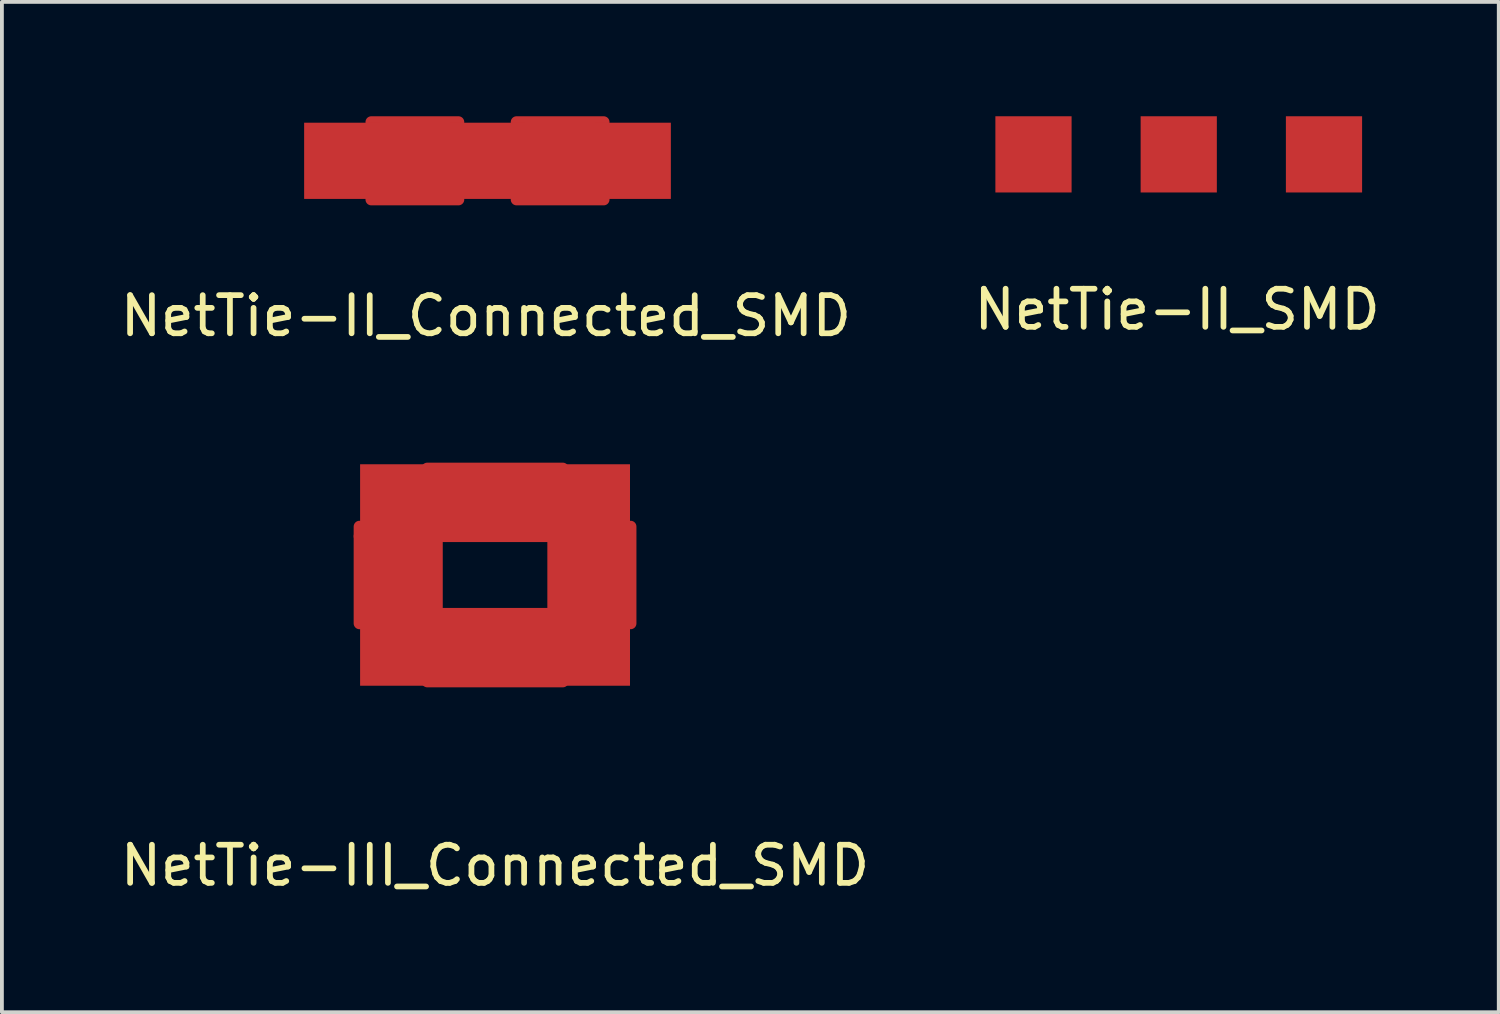
<source format=kicad_pcb>
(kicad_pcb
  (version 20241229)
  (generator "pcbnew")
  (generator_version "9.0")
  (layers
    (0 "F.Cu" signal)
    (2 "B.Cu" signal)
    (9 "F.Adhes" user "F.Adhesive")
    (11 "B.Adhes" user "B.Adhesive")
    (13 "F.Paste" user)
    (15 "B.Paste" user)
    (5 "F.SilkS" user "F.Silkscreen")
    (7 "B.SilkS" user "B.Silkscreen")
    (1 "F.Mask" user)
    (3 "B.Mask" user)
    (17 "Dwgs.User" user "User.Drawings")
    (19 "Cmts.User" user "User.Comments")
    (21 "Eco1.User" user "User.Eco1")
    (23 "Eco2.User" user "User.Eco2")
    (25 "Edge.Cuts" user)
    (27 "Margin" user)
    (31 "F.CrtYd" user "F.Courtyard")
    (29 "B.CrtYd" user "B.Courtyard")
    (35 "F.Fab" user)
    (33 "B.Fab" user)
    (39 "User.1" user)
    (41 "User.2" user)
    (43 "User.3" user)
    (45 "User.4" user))
  (footprint "NetTie-II_Connected_SMD"
    (layer "F.Cu")
    (at 9.737 1.168)
    (property "Reference" "NetTie-II_Connected_SMD" (at -0.041 4.069 0) (layer "F.SilkS") (effects (font (size 1 1) (thickness 0.15))))
    (attr through_hole)
    (fp_line (start -3.048 -1.016) (end -0.762 -1.016) (stroke (width 0.305) (type solid)) (layer "F.Cu"))
    (fp_line (start -3.048 -0.508) (end -0.762 -0.508) (stroke (width 0.305) (type solid)) (layer "F.Cu"))
    (fp_line (start -3.048 0) (end -0.762 0) (stroke (width 0.305) (type solid)) (layer "F.Cu"))
    (fp_line (start -3.048 0.508) (end -0.762 0.508) (stroke (width 0.305) (type solid)) (layer "F.Cu"))
    (fp_line (start -3.048 1.016) (end -0.762 1.016) (stroke (width 0.305) (type solid)) (layer "F.Cu"))
    (fp_line (start -0.762 -0.762) (end -3.048 -0.762) (stroke (width 0.305) (type solid)) (layer "F.Cu"))
    (fp_line (start -0.762 -0.254) (end -3.048 -0.254) (stroke (width 0.305) (type solid)) (layer "F.Cu"))
    (fp_line (start -0.762 0.254) (end -3.048 0.254) (stroke (width 0.305) (type solid)) (layer "F.Cu"))
    (fp_line (start -0.762 0.762) (end -3.048 0.762) (stroke (width 0.305) (type solid)) (layer "F.Cu"))
    (fp_line (start 0.762 -1.016) (end 3.048 -1.016) (stroke (width 0.305) (type solid)) (layer "F.Cu"))
    (fp_line (start 0.762 -0.508) (end 3.048 -0.508) (stroke (width 0.305) (type solid)) (layer "F.Cu"))
    (fp_line (start 0.762 0) (end 3.048 0) (stroke (width 0.305) (type solid)) (layer "F.Cu"))
    (fp_line (start 0.762 0.508) (end 3.048 0.508) (stroke (width 0.305) (type solid)) (layer "F.Cu"))
    (fp_line (start 0.762 1.016) (end 3.048 1.016) (stroke (width 0.305) (type solid)) (layer "F.Cu"))
    (fp_line (start 3.048 -0.762) (end 0.762 -0.762) (stroke (width 0.305) (type solid)) (layer "F.Cu"))
    (fp_line (start 3.048 -0.254) (end 0.762 -0.254) (stroke (width 0.305) (type solid)) (layer "F.Cu"))
    (fp_line (start 3.048 0.254) (end 0.762 0.254) (stroke (width 0.305) (type solid)) (layer "F.Cu"))
    (fp_line (start 3.048 0.762) (end 0.762 0.762) (stroke (width 0.305) (type solid)) (layer "F.Cu"))
    (pad "1" smd rect (at -3.81 0) (size 1.999 1.999) (layers "F.Cu" "F.Mask" "F.Paste"))
    (pad "2" smd rect (at 0 0) (size 1.999 1.999) (layers "F.Cu" "F.Mask" "F.Paste"))
    (pad "3" smd rect (at 3.81 0) (size 1.999 1.999) (layers "F.Cu" "F.Mask" "F.Paste")))
  (footprint "NetTie-III_Connected_SMD"
    (layer "F.Cu")
    (at 9.935 12.032)
    (property "Reference" "NetTie-III_Connected_SMD" (at 0 7.62 0) (layer "F.SilkS") (effects (font (size 1 1) (thickness 0.15))))
    (attr through_hole)
    (fp_line (start -3.556 -1.016) (end -3.556 -1.27) (stroke (width 0.305) (type solid)) (layer "F.Cu"))
    (fp_line (start -3.556 -1.016) (end -3.556 1.27) (stroke (width 0.305) (type solid)) (layer "F.Cu"))
    (fp_line (start -3.302 -1.27) (end -3.302 1.27) (stroke (width 0.305) (type solid)) (layer "F.Cu"))
    (fp_line (start -3.048 -1.27) (end -3.048 1.27) (stroke (width 0.305) (type solid)) (layer "F.Cu"))
    (fp_line (start -2.794 -1.27) (end -2.794 1.27) (stroke (width 0.305) (type solid)) (layer "F.Cu"))
    (fp_line (start -2.54 -1.27) (end -2.54 1.27) (stroke (width 0.305) (type solid)) (layer "F.Cu"))
    (fp_line (start -2.286 -1.27) (end -2.286 1.27) (stroke (width 0.305) (type solid)) (layer "F.Cu"))
    (fp_line (start -2.032 1.27) (end -2.032 -1.27) (stroke (width 0.305) (type solid)) (layer "F.Cu"))
    (fp_line (start -1.778 -2.794) (end 1.778 -2.794) (stroke (width 0.305) (type solid)) (layer "F.Cu"))
    (fp_line (start -1.778 -2.54) (end 1.778 -2.54) (stroke (width 0.305) (type solid)) (layer "F.Cu"))
    (fp_line (start -1.778 -2.286) (end 1.778 -2.286) (stroke (width 0.305) (type solid)) (layer "F.Cu"))
    (fp_line (start -1.778 -2.032) (end 1.778 -2.032) (stroke (width 0.305) (type solid)) (layer "F.Cu"))
    (fp_line (start -1.778 -1.778) (end 1.778 -1.778) (stroke (width 0.305) (type solid)) (layer "F.Cu"))
    (fp_line (start -1.778 -1.524) (end 1.778 -1.524) (stroke (width 0.305) (type solid)) (layer "F.Cu"))
    (fp_line (start -1.778 -1.27) (end -1.778 1.27) (stroke (width 0.305) (type solid)) (layer "F.Cu"))
    (fp_line (start -1.778 -1.27) (end 1.778 -1.27) (stroke (width 0.305) (type solid)) (layer "F.Cu"))
    (fp_line (start -1.778 -1.016) (end 1.778 -1.016) (stroke (width 0.305) (type solid)) (layer "F.Cu"))
    (fp_line (start -1.778 1.016) (end -1.524 1.016) (stroke (width 0.305) (type solid)) (layer "F.Cu"))
    (fp_line (start -1.778 1.27) (end 1.778 1.27) (stroke (width 0.305) (type solid)) (layer "F.Cu"))
    (fp_line (start -1.778 1.524) (end 1.778 1.524) (stroke (width 0.305) (type solid)) (layer "F.Cu"))
    (fp_line (start -1.778 1.778) (end 1.778 1.778) (stroke (width 0.305) (type solid)) (layer "F.Cu"))
    (fp_line (start -1.778 2.032) (end 1.778 2.032) (stroke (width 0.305) (type solid)) (layer "F.Cu"))
    (fp_line (start -1.778 2.286) (end 1.778 2.286) (stroke (width 0.305) (type solid)) (layer "F.Cu"))
    (fp_line (start -1.778 2.794) (end 1.778 2.794) (stroke (width 0.305) (type solid)) (layer "F.Cu"))
    (fp_line (start -1.524 1.016) (end 1.778 1.016) (stroke (width 0.305) (type solid)) (layer "F.Cu"))
    (fp_line (start -1.524 1.27) (end -1.524 -1.27) (stroke (width 0.305) (type solid)) (layer "F.Cu"))
    (fp_line (start 1.524 1.27) (end 1.524 -1.27) (stroke (width 0.305) (type solid)) (layer "F.Cu"))
    (fp_line (start 1.778 -1.27) (end 1.778 1.27) (stroke (width 0.305) (type solid)) (layer "F.Cu"))
    (fp_line (start 1.778 2.54) (end -1.778 2.54) (stroke (width 0.305) (type solid)) (layer "F.Cu"))
    (fp_line (start 2.032 1.27) (end 2.032 -1.27) (stroke (width 0.305) (type solid)) (layer "F.Cu"))
    (fp_line (start 2.286 -1.27) (end 2.286 1.27) (stroke (width 0.305) (type solid)) (layer "F.Cu"))
    (fp_line (start 2.54 1.27) (end 2.54 -1.27) (stroke (width 0.305) (type solid)) (layer "F.Cu"))
    (fp_line (start 2.794 -1.27) (end 2.794 1.27) (stroke (width 0.305) (type solid)) (layer "F.Cu"))
    (fp_line (start 3.048 1.27) (end 3.048 -1.27) (stroke (width 0.305) (type solid)) (layer "F.Cu"))
    (fp_line (start 3.302 -1.27) (end 3.302 1.27) (stroke (width 0.305) (type solid)) (layer "F.Cu"))
    (fp_line (start 3.556 1.27) (end 3.556 -1.27) (stroke (width 0.305) (type solid)) (layer "F.Cu"))
    (pad "1" smd rect (at -2.54 -1.905) (size 1.999 1.999) (layers "F.Cu" "F.Mask" "F.Paste"))
    (pad "2" smd rect (at -2.54 1.905) (size 1.999 1.999) (layers "F.Cu" "F.Mask" "F.Paste"))
    (pad "3" smd rect (at 2.54 -1.905) (size 1.999 1.999) (layers "F.Cu" "F.Mask" "F.Paste"))
    (pad "4" smd rect (at 2.54 1.905) (size 1.999 1.999) (layers "F.Cu" "F.Mask" "F.Paste")))
  (footprint "NetTie-II_SMD"
    (layer "F.Cu")
    (at 27.868 0.999)
    (property "Reference" "NetTie-II_SMD" (at -0.041 4.069 0) (layer "F.SilkS") (effects (font (size 1 1) (thickness 0.15))))
    (attr through_hole)
    (pad "1" smd rect (at -3.81 0) (size 1.999 1.999) (layers "F.Cu" "F.Mask" "F.Paste"))
    (pad "2" smd rect (at 0 0) (size 1.999 1.999) (layers "F.Cu" "F.Mask" "F.Paste"))
    (pad "3" smd rect (at 3.81 0) (size 1.999 1.999) (layers "F.Cu" "F.Mask" "F.Paste")))
  (gr_rect
    (start -3 -3)
    (end 36.262 23.5)
    (stroke (width 0.1) (type default))
    (fill no)
    (layer "Edge.Cuts")))
</source>
